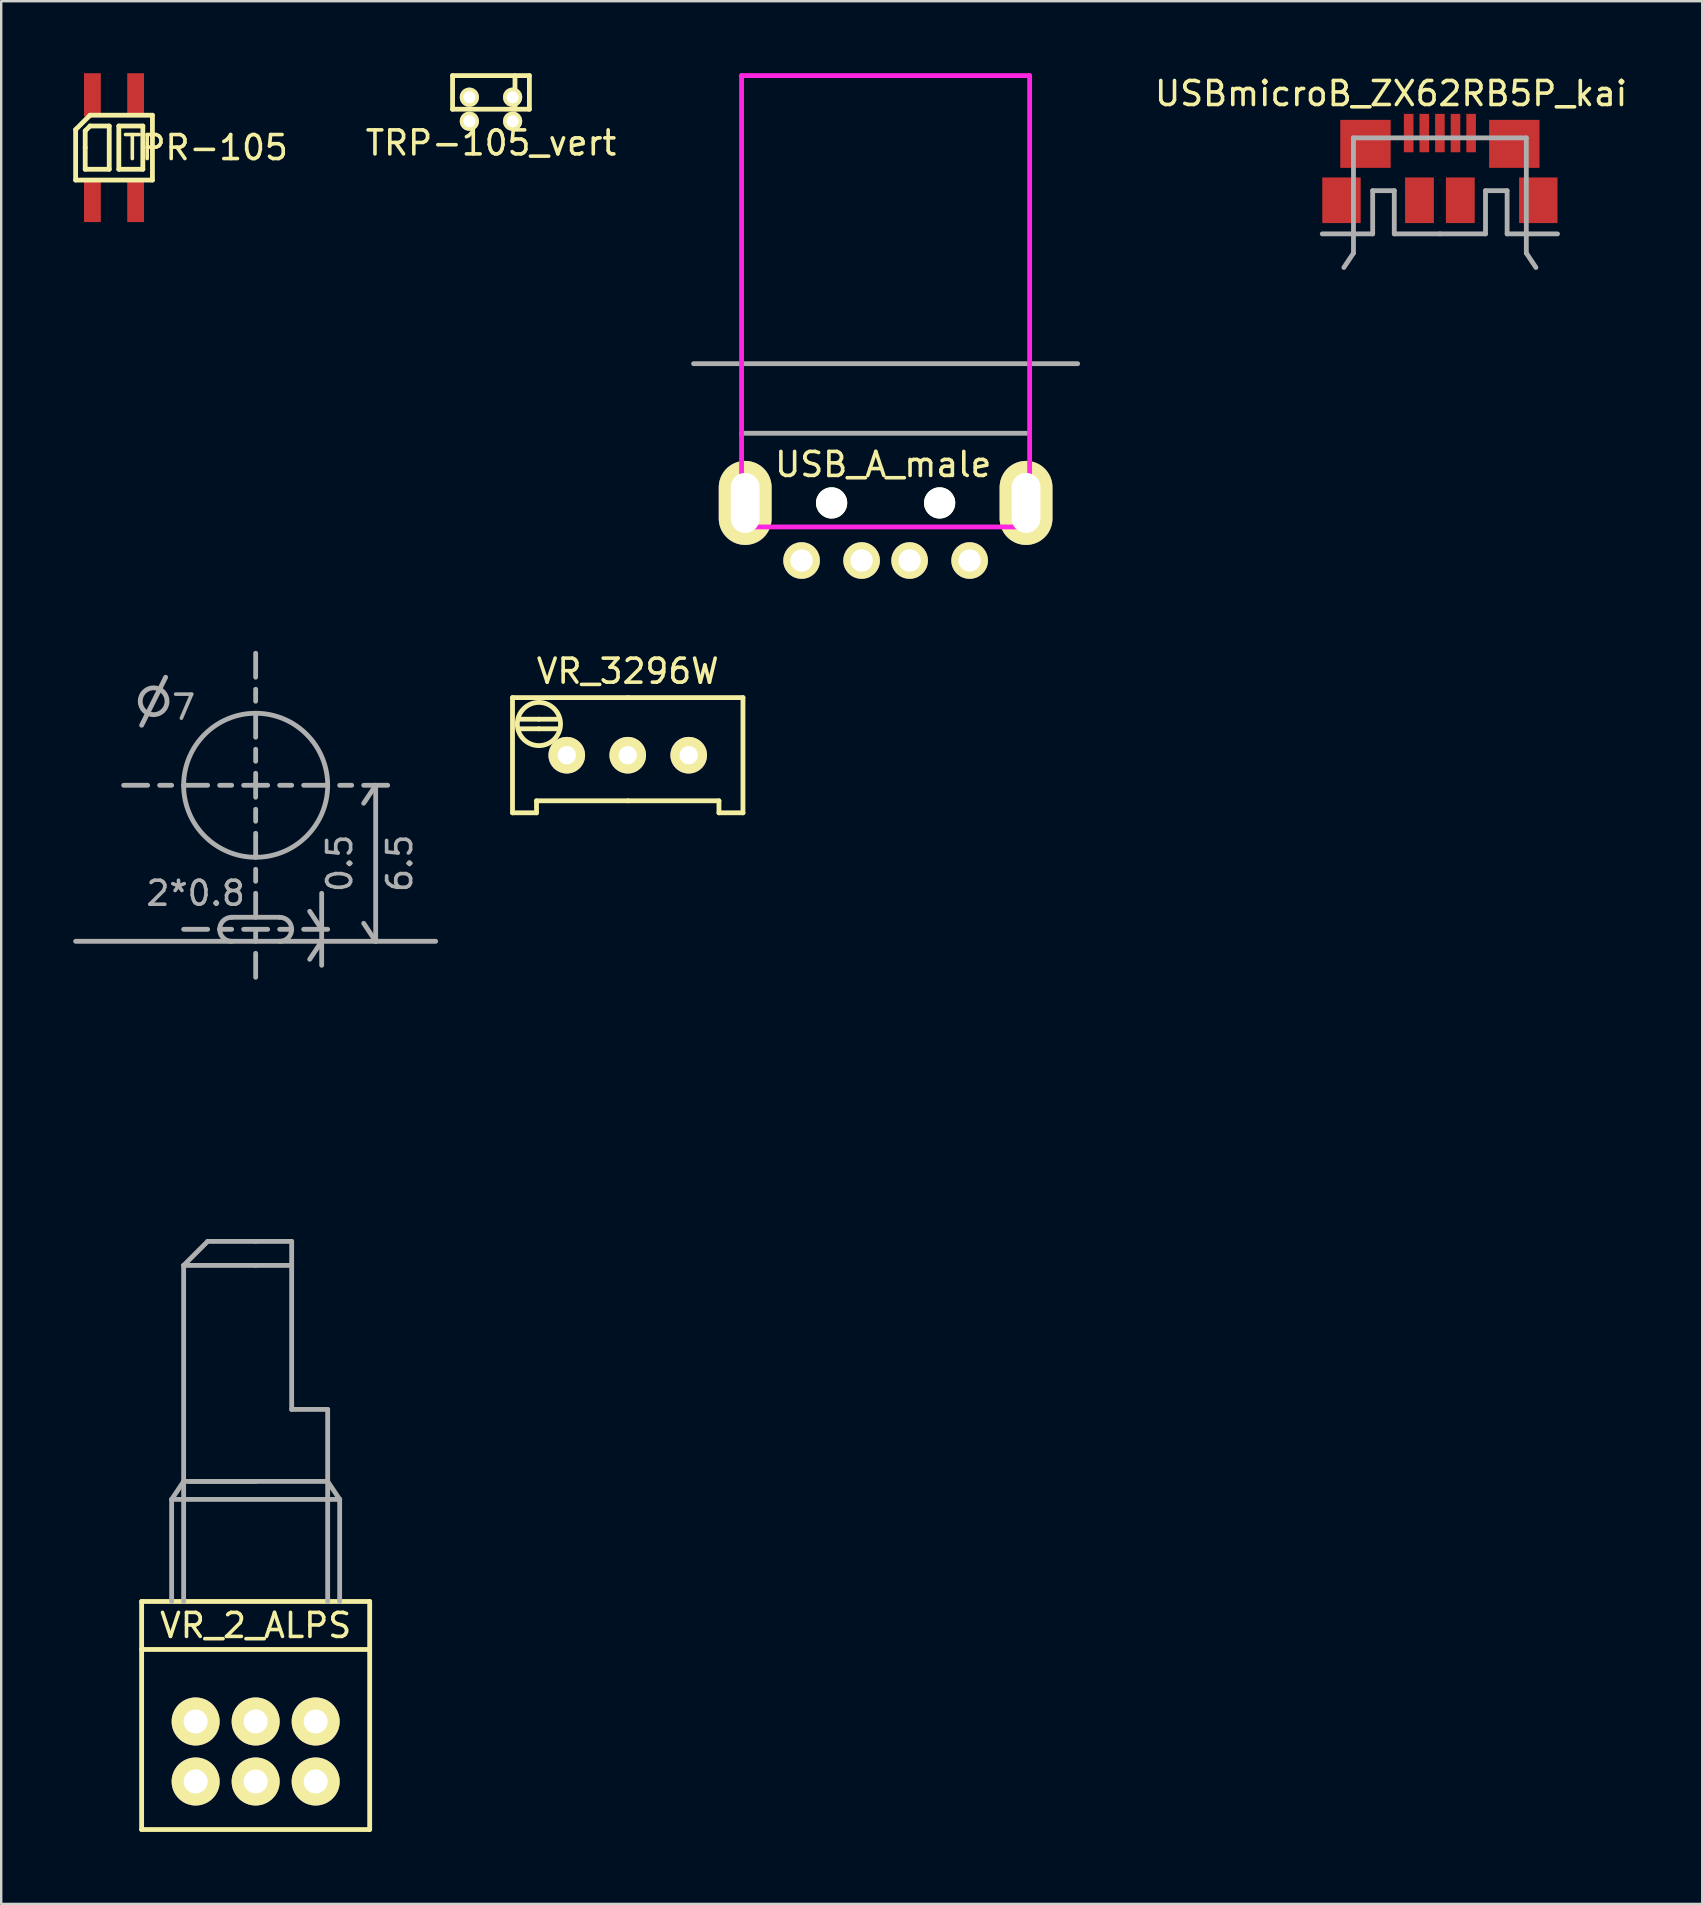
<source format=kicad_pcb>
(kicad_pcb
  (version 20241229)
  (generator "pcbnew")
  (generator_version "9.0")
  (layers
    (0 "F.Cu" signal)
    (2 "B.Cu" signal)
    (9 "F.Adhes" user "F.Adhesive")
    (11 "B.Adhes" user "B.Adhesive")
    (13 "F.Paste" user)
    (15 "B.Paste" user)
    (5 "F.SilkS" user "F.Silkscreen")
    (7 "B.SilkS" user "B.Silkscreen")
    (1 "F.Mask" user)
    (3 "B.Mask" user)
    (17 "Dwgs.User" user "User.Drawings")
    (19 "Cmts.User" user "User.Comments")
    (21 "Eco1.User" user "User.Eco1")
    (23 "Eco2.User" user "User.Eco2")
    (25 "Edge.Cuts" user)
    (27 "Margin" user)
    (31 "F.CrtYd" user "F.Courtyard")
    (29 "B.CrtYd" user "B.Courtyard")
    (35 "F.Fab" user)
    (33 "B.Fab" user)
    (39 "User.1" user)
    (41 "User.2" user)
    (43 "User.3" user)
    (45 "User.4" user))
  (footprint "TRP-105_vert"
    (layer "F.Cu")
    (at 17.403 1)
    (property "Reference" "TRP-105_vert" (at 0 1.905 0) (layer "F.SilkS") (effects (font (size 1 1) (thickness 0.15))))
    (attr through_hole)
    (fp_line (start -1.6 -0.9) (end -1.6 0.5) (stroke (width 0.2) (type solid)) (layer "F.SilkS"))
    (fp_line (start -1.6 0.5) (end 1.6 0.5) (stroke (width 0.2) (type solid)) (layer "F.SilkS"))
    (fp_line (start 1 -0.9) (end 1 0.5) (stroke (width 0.2) (type solid)) (layer "F.SilkS"))
    (fp_line (start 1.6 -0.9) (end -1.6 -0.9) (stroke (width 0.2) (type solid)) (layer "F.SilkS"))
    (fp_line (start 1.6 -0.9) (end 1.6 0.5) (stroke (width 0.2) (type solid)) (layer "F.SilkS"))
    (pad "1" thru_hole circle (at 0.9 1) (size 0.8 0.8) (drill 0.5) (layers "*.Cu" "*.Mask" "F.SilkS"))
    (pad "2" thru_hole circle (at 0.9 0) (size 0.8 0.8) (drill 0.5) (layers "*.Cu" "*.Mask" "F.SilkS"))
    (pad "3" thru_hole circle (at -0.9 1) (size 0.8 0.8) (drill 0.5) (layers "*.Cu" "*.Mask" "F.SilkS"))
    (pad "4" thru_hole circle (at -0.9 0) (size 0.8 0.8) (drill 0.5) (layers "*.Cu" "*.Mask" "F.SilkS")))
  (footprint "USB_A_male"
    (layer "F.Cu")
    (at 33.842 20.3)
    (property "Reference" "USB_A_male" (at -0.1 -4 0) (layer "F.SilkS") (effects (font (size 1 1) (thickness 0.15))))
    (attr through_hole)
    (fp_line (start -6 -20.2) (end 6 -20.2) (stroke (width 0.2) (type solid)) (layer "F.CrtYd"))
    (fp_line (start -6 -1.4) (end -6 -20.2) (stroke (width 0.2) (type solid)) (layer "F.CrtYd"))
    (fp_line (start -6 -1.4) (end 6 -1.4) (stroke (width 0.2) (type solid)) (layer "F.CrtYd"))
    (fp_line (start 6 -20.2) (end 6 -1.4) (stroke (width 0.2) (type solid)) (layer "F.CrtYd"))
    (fp_line (start -6 -8.2) (end -8 -8.2) (stroke (width 0.2) (type solid)) (layer "F.Fab"))
    (fp_line (start -6 -8.2) (end 6 -8.2) (stroke (width 0.2) (type solid)) (layer "F.Fab"))
    (fp_line (start -6 -5.3) (end 6 -5.3) (stroke (width 0.2) (type solid)) (layer "F.Fab"))
    (fp_line (start 6 -8.2) (end 8 -8.2) (stroke (width 0.2) (type solid)) (layer "F.Fab"))
    (pad "" np_thru_hole circle (at -2.25 -2.4) (size 1.3 1.3) (drill 1.3) (layers "*.Cu" "*.Mask" "F.SilkS"))
    (pad "" np_thru_hole circle (at 2.25 -2.4) (size 1.3 1.3) (drill 1.3) (layers "*.Cu" "*.Mask" "F.SilkS"))
    (pad "1" thru_hole circle (at -3.5 0) (size 1.524 1.524) (drill 0.93) (layers "*.Cu" "*.Mask" "F.SilkS"))
    (pad "2" thru_hole circle (at -1 0) (size 1.524 1.524) (drill 0.93) (layers "*.Cu" "*.Mask" "F.SilkS"))
    (pad "3" thru_hole circle (at 1 0) (size 1.524 1.524) (drill 0.93) (layers "*.Cu" "*.Mask" "F.SilkS"))
    (pad "4" thru_hole circle (at 3.5 0) (size 1.524 1.524) (drill 0.93) (layers "*.Cu" "*.Mask" "F.SilkS"))
    (pad "5" thru_hole oval (at -5.85 -2.4) (size 2.2 3.5) (drill oval 1.2 2.5) (layers "*.Cu" "*.Mask" "F.SilkS"))
    (pad "5" thru_hole oval (at 5.85 -2.4) (size 2.2 3.5) (drill oval 1.2 2.5) (layers "*.Cu" "*.Mask" "F.SilkS")))
  (footprint "USBmicroB_ZX62RB5P_kai"
    (layer "F.Cu")
    (at 56.932 5.293)
    (property "Reference" "USBmicroB_ZX62RB5P_kai" (at -2.032 -4.445 0) (layer "F.SilkS") (effects (font (size 1 1) (thickness 0.15))))
    (attr through_hole)
    (fp_line (start -4 2.8) (end -3.6 2.2) (stroke (width 0.2) (type solid)) (layer "F.Fab"))
    (fp_line (start -3.6 -2.6) (end 3.6 -2.6) (stroke (width 0.2) (type solid)) (layer "F.Fab"))
    (fp_line (start -3.6 2.2) (end -3.6 -2.6) (stroke (width 0.2) (type solid)) (layer "F.Fab"))
    (fp_line (start -2.8 -0.4) (end -2.8 1.4) (stroke (width 0.2) (type solid)) (layer "F.Fab"))
    (fp_line (start -2.8 1.4) (end -4.9 1.4) (stroke (width 0.2) (type solid)) (layer "F.Fab"))
    (fp_line (start -1.9 -0.4) (end -2.8 -0.4) (stroke (width 0.2) (type solid)) (layer "F.Fab"))
    (fp_line (start -1.9 1.4) (end -1.9 -0.4) (stroke (width 0.2) (type solid)) (layer "F.Fab"))
    (fp_line (start 0 1.4) (end -1.9 1.4) (stroke (width 0.2) (type solid)) (layer "F.Fab"))
    (fp_line (start 1.9 -0.4) (end 1.9 1.4) (stroke (width 0.2) (type solid)) (layer "F.Fab"))
    (fp_line (start 1.9 1.4) (end 0 1.4) (stroke (width 0.2) (type solid)) (layer "F.Fab"))
    (fp_line (start 2.8 -0.4) (end 1.9 -0.4) (stroke (width 0.2) (type solid)) (layer "F.Fab"))
    (fp_line (start 2.8 1.4) (end 2.8 -0.4) (stroke (width 0.2) (type solid)) (layer "F.Fab"))
    (fp_line (start 3.6 -2.6) (end 3.6 2.2) (stroke (width 0.2) (type solid)) (layer "F.Fab"))
    (fp_line (start 3.6 2.2) (end 4 2.8) (stroke (width 0.2) (type solid)) (layer "F.Fab"))
    (fp_line (start 4.9 1.4) (end 2.8 1.4) (stroke (width 0.2) (type solid)) (layer "F.Fab"))
    (pad "" smd rect (at -4.1 0) (size 1.6 1.9) (layers "F.Cu" "F.Mask" "F.Paste"))
    (pad "" smd rect (at -0.85 0) (size 1.2 1.9) (layers "F.Cu" "F.Mask" "F.Paste"))
    (pad "" smd rect (at 0.85 0) (size 1.2 1.9) (layers "F.Cu" "F.Mask" "F.Paste"))
    (pad "" smd rect (at 4.1 0) (size 1.6 1.9) (layers "F.Cu" "F.Mask" "F.Paste"))
    (pad "1" smd rect (at 1.3 -2.8) (size 0.4 1.6) (layers "F.Cu" "F.Mask" "F.Paste"))
    (pad "2" smd rect (at 0.65 -2.8) (size 0.4 1.6) (layers "F.Cu" "F.Mask" "F.Paste"))
    (pad "3" smd rect (at 0 -2.8) (size 0.4 1.6) (layers "F.Cu" "F.Mask" "F.Paste"))
    (pad "4" smd rect (at -0.65 -2.8) (size 0.4 1.6) (layers "F.Cu" "F.Mask" "F.Paste"))
    (pad "5" smd rect (at -1.3 -2.8) (size 0.4 1.6) (layers "F.Cu" "F.Mask" "F.Paste"))
    (pad "6" smd rect (at -3.1 -2.35) (size 2.1 2) (layers "F.Cu" "F.Mask" "F.Paste"))
    (pad "6" smd rect (at 3.1 -2.35) (size 2.1 2) (layers "F.Cu" "F.Mask" "F.Paste")))
  (footprint "VR_2_ALPS"
    (layer "F.Cu")
    (at 7.6 63.662)
    (property "Reference" "VR_2_ALPS" (at 0 1 0) (layer "F.SilkS") (effects (font (size 1 1) (thickness 0.15))))
    (attr through_hole)
    (fp_line (start -4.75 0) (end 4.75 0) (stroke (width 0.2) (type solid)) (layer "F.SilkS"))
    (fp_line (start -4.75 2) (end 4.75 2) (stroke (width 0.2) (type solid)) (layer "F.SilkS"))
    (fp_line (start -4.75 9.5) (end -4.75 0) (stroke (width 0.2) (type solid)) (layer "F.SilkS"))
    (fp_line (start 4.75 0) (end 4.75 9.5) (stroke (width 0.2) (type solid)) (layer "F.SilkS"))
    (fp_line (start 4.75 9.5) (end -4.75 9.5) (stroke (width 0.2) (type solid)) (layer "F.SilkS"))
    (fp_line (start -7.5 -27.5) (end 7.5 -27.5) (stroke (width 0.2) (type solid)) (layer "F.Fab"))
    (fp_line (start -4.5 -34) (end -5.5 -34) (stroke (width 0.2) (type solid)) (layer "F.Fab"))
    (fp_line (start -3.75 -38.5) (end -4.75 -36.5) (stroke (width 0.2) (type solid)) (layer "F.Fab"))
    (fp_line (start -3.5 -34) (end -4 -34) (stroke (width 0.2) (type solid)) (layer "F.Fab"))
    (fp_line (start -3.5 -4.25) (end -3 -5) (stroke (width 0.2) (type solid)) (layer "F.Fab"))
    (fp_line (start -3.5 0) (end -3.5 -4.25) (stroke (width 0.2) (type solid)) (layer "F.Fab"))
    (fp_line (start -3 -14) (end -2 -15) (stroke (width 0.2) (type solid)) (layer "F.Fab"))
    (fp_line (start -3 -14) (end 0 -14) (stroke (width 0.2) (type solid)) (layer "F.Fab"))
    (fp_line (start -3 -5) (end -3 -14) (stroke (width 0.2) (type solid)) (layer "F.Fab"))
    (fp_line (start -3 -5) (end -3 0) (stroke (width 0.2) (type solid)) (layer "F.Fab"))
    (fp_line (start -3 -5) (end 3 -5) (stroke (width 0.2) (type solid)) (layer "F.Fab"))
    (fp_line (start -2.75 -5) (end 0 -5) (stroke (width 0.2) (type solid)) (layer "F.Fab"))
    (fp_line (start -2 -34) (end -3 -34) (stroke (width 0.2) (type solid)) (layer "F.Fab"))
    (fp_line (start -2 -28) (end -3 -28) (stroke (width 0.2) (type solid)) (layer "F.Fab"))
    (fp_line (start -2 -15) (end 0 -15) (stroke (width 0.2) (type solid)) (layer "F.Fab"))
    (fp_line (start -1 -34) (end -1.5 -34) (stroke (width 0.2) (type solid)) (layer "F.Fab"))
    (fp_line (start -1 -28.5) (end 1 -28.5) (stroke (width 0.2) (type solid)) (layer "F.Fab"))
    (fp_line (start -1 -28) (end -1.5 -28) (stroke (width 0.2) (type solid)) (layer "F.Fab"))
    (fp_line (start -0.5 -34) (end 0.5 -34) (stroke (width 0.2) (type solid)) (layer "F.Fab"))
    (fp_line (start -0.5 -28) (end 0.5 -28) (stroke (width 0.2) (type solid)) (layer "F.Fab"))
    (fp_line (start 0 -38.5) (end 0 -39.5) (stroke (width 0.2) (type solid)) (layer "F.Fab"))
    (fp_line (start 0 -37.5) (end 0 -38) (stroke (width 0.2) (type solid)) (layer "F.Fab"))
    (fp_line (start 0 -36) (end 0 -37) (stroke (width 0.2) (type solid)) (layer "F.Fab"))
    (fp_line (start 0 -35) (end 0 -35.5) (stroke (width 0.2) (type solid)) (layer "F.Fab"))
    (fp_line (start 0 -33.5) (end 0 -34.5) (stroke (width 0.2) (type solid)) (layer "F.Fab"))
    (fp_line (start 0 -33) (end 0 -32.5) (stroke (width 0.2) (type solid)) (layer "F.Fab"))
    (fp_line (start 0 -32) (end 0 -31) (stroke (width 0.2) (type solid)) (layer "F.Fab"))
    (fp_line (start 0 -30.5) (end 0 -30) (stroke (width 0.2) (type solid)) (layer "F.Fab"))
    (fp_line (start 0 -29.5) (end 0 -28.5) (stroke (width 0.2) (type solid)) (layer "F.Fab"))
    (fp_line (start 0 -28) (end 0 -27.5) (stroke (width 0.2) (type solid)) (layer "F.Fab"))
    (fp_line (start 0 -27) (end 0 -26) (stroke (width 0.2) (type solid)) (layer "F.Fab"))
    (fp_line (start 0 -14) (end 1.5 -14) (stroke (width 0.2) (type solid)) (layer "F.Fab"))
    (fp_line (start 1 -34) (end 1.5 -34) (stroke (width 0.2) (type solid)) (layer "F.Fab"))
    (fp_line (start 1 -28) (end 1.5 -28) (stroke (width 0.2) (type solid)) (layer "F.Fab"))
    (fp_line (start 1.5 -15) (end 0 -15) (stroke (width 0.2) (type solid)) (layer "F.Fab"))
    (fp_line (start 1.5 -15) (end 1.5 -8) (stroke (width 0.2) (type solid)) (layer "F.Fab"))
    (fp_line (start 1.5 -8) (end 3 -8) (stroke (width 0.2) (type solid)) (layer "F.Fab"))
    (fp_line (start 2 -34) (end 3 -34) (stroke (width 0.2) (type solid)) (layer "F.Fab"))
    (fp_line (start 2 -28) (end 3 -28) (stroke (width 0.2) (type solid)) (layer "F.Fab"))
    (fp_line (start 2.75 -28) (end 2.25 -28.75) (stroke (width 0.2) (type solid)) (layer "F.Fab"))
    (fp_line (start 2.75 -27.5) (end 2.25 -26.75) (stroke (width 0.2) (type solid)) (layer "F.Fab"))
    (fp_line (start 2.75 -26.5) (end 2.75 -29.5) (stroke (width 0.2) (type solid)) (layer "F.Fab"))
    (fp_line (start 3 -8) (end 3 -5) (stroke (width 0.2) (type solid)) (layer "F.Fab"))
    (fp_line (start 3 -5) (end 3 0) (stroke (width 0.2) (type solid)) (layer "F.Fab"))
    (fp_line (start 3 -5) (end 3.5 -4.25) (stroke (width 0.2) (type solid)) (layer "F.Fab"))
    (fp_line (start 3.5 -34) (end 4 -34) (stroke (width 0.2) (type solid)) (layer "F.Fab"))
    (fp_line (start 3.5 -4.25) (end -3.5 -4.25) (stroke (width 0.2) (type solid)) (layer "F.Fab"))
    (fp_line (start 3.5 0) (end 3.5 -4.25) (stroke (width 0.2) (type solid)) (layer "F.Fab"))
    (fp_line (start 4.5 -34) (end 5.5 -34) (stroke (width 0.2) (type solid)) (layer "F.Fab"))
    (fp_line (start 5 -34) (end 4.5 -33.25) (stroke (width 0.2) (type solid)) (layer "F.Fab"))
    (fp_line (start 5 -34) (end 5 -27.5) (stroke (width 0.2) (type solid)) (layer "F.Fab"))
    (fp_line (start 5 -27.5) (end 4.5 -28.25) (stroke (width 0.2) (type solid)) (layer "F.Fab"))
    (fp_arc (start -1.5 -28) (mid -1.353553 -28.353553) (end -1 -28.5) (stroke (width 0.2) (type solid)) (layer "F.Fab"))
    (fp_arc (start -1 -27.5) (mid -1.353553 -27.646447) (end -1.5 -28) (stroke (width 0.2) (type solid)) (layer "F.Fab"))
    (fp_arc (start 1 -28.5) (mid 1.353553 -28.353553) (end 1.5 -28) (stroke (width 0.2) (type solid)) (layer "F.Fab"))
    (fp_arc (start 1.5 -28) (mid 1.353553 -27.646447) (end 1 -27.5) (stroke (width 0.2) (type solid)) (layer "F.Fab"))
    (fp_circle (center -4.25 -37.5) (end -3.75 -37.25) (stroke (width 0.2) (type solid)) (fill no) (layer "F.Fab"))
    (fp_circle (center 0 -34) (end 0 -31) (stroke (width 0.2) (type solid)) (fill no) (layer "F.Fab"))
    (fp_text user "0.5" (at 3.5 -30.75 90) (layer "F.Fab") (effects (font (size 1 1) (thickness 0.15))))
    (fp_text user "7" (at -3 -37.25 0) (layer "F.Fab") (effects (font (size 1 1) (thickness 0.15))))
    (fp_text user "2*0.8" (at -2.5 -29.5 0) (layer "F.Fab") (effects (font (size 1 1) (thickness 0.15))))
    (fp_text user "6.5" (at 6 -30.75 90) (layer "F.Fab") (effects (font (size 1 1) (thickness 0.15))))
    (pad "1" thru_hole circle (at -2.5 5) (size 2 2) (drill 1) (layers "*.Cu" "*.Mask" "F.SilkS"))
    (pad "2" thru_hole circle (at 0 5) (size 2 2) (drill 1) (layers "*.Cu" "*.Mask" "F.SilkS"))
    (pad "3" thru_hole circle (at 2.5 5) (size 2 2) (drill 1) (layers "*.Cu" "*.Mask" "F.SilkS"))
    (pad "4" thru_hole circle (at -2.5 7.5) (size 2 2) (drill 1) (layers "*.Cu" "*.Mask" "F.SilkS"))
    (pad "5" thru_hole circle (at 0 7.5) (size 2 2) (drill 1) (layers "*.Cu" "*.Mask" "F.SilkS"))
    (pad "6" thru_hole circle (at 2.5 7.5) (size 2 2) (drill 1) (layers "*.Cu" "*.Mask" "F.SilkS")))
  (footprint "VR_3296W"
    (layer "F.Cu")
    (at 23.1 28.41)
    (property "Reference" "VR_3296W" (at 0 -3.5 0) (layer "F.SilkS") (effects (font (size 1 1) (thickness 0.15))))
    (attr through_hole)
    (fp_line (start -4.8 -2.4) (end -4.8 2.4) (stroke (width 0.2) (type solid)) (layer "F.SilkS"))
    (fp_line (start -4.8 2.4) (end -3.8 2.4) (stroke (width 0.2) (type solid)) (layer "F.SilkS"))
    (fp_line (start -3.8 1.9) (end 0 1.9) (stroke (width 0.2) (type solid)) (layer "F.SilkS"))
    (fp_line (start -3.8 2.4) (end -3.8 1.9) (stroke (width 0.2) (type solid)) (layer "F.SilkS"))
    (fp_line (start -3.7 -1.5) (end -4.5 -1.5) (stroke (width 0.2) (type solid)) (layer "F.SilkS"))
    (fp_line (start -3.7 -1.5) (end -2.9 -1.5) (stroke (width 0.2) (type solid)) (layer "F.SilkS"))
    (fp_line (start -3.7 -1.1) (end -4.5 -1.1) (stroke (width 0.2) (type solid)) (layer "F.SilkS"))
    (fp_line (start -3.7 -1.1) (end -2.9 -1.1) (stroke (width 0.2) (type solid)) (layer "F.SilkS"))
    (fp_line (start 0 -2.4) (end -4.8 -2.4) (stroke (width 0.2) (type solid)) (layer "F.SilkS"))
    (fp_line (start 0 -2.4) (end 4.8 -2.4) (stroke (width 0.2) (type solid)) (layer "F.SilkS"))
    (fp_line (start 3.8 1.9) (end 0 1.9) (stroke (width 0.2) (type solid)) (layer "F.SilkS"))
    (fp_line (start 3.8 2.4) (end 3.8 1.9) (stroke (width 0.2) (type solid)) (layer "F.SilkS"))
    (fp_line (start 4.8 -2.4) (end 4.8 2.4) (stroke (width 0.2) (type solid)) (layer "F.SilkS"))
    (fp_line (start 4.8 2.4) (end 3.8 2.4) (stroke (width 0.2) (type solid)) (layer "F.SilkS"))
    (fp_circle (center -3.7 -1.3) (end -3.7 -2.2) (stroke (width 0.2) (type solid)) (fill no) (layer "F.SilkS"))
    (pad "1" thru_hole circle (at -2.54 0) (size 1.524 1.524) (drill 0.762) (layers "*.Cu" "*.Mask" "F.SilkS"))
    (pad "2" thru_hole circle (at 0 0) (size 1.524 1.524) (drill 0.762) (layers "*.Cu" "*.Mask" "F.SilkS"))
    (pad "3" thru_hole circle (at 2.54 0) (size 1.524 1.524) (drill 0.762) (layers "*.Cu" "*.Mask" "F.SilkS")))
  (footprint "TPR-105"
    (layer "F.Cu")
    (at 1.7 3.1)
    (property "Reference" "TPR-105" (at 3.81 0 0) (layer "F.SilkS") (effects (font (size 1 1) (thickness 0.15))))
    (attr through_hole)
    (fp_line (start -1.6 -0.75) (end -1.6 1.35) (stroke (width 0.2) (type solid)) (layer "F.SilkS"))
    (fp_line (start -1.6 1.35) (end 1.6 1.35) (stroke (width 0.2) (type solid)) (layer "F.SilkS"))
    (fp_line (start -1.2 -0.7) (end -1 -0.9) (stroke (width 0.2) (type solid)) (layer "F.SilkS"))
    (fp_line (start -1.2 0) (end -1.2 -0.7) (stroke (width 0.2) (type solid)) (layer "F.SilkS"))
    (fp_line (start -1.2 0.9) (end -1.2 0) (stroke (width 0.2) (type solid)) (layer "F.SilkS"))
    (fp_line (start -1 -1.35) (end -1.6 -0.75) (stroke (width 0.2) (type solid)) (layer "F.SilkS"))
    (fp_line (start -1 -0.9) (end -0.2 -0.9) (stroke (width 0.2) (type solid)) (layer "F.SilkS"))
    (fp_line (start -0.2 -0.9) (end -0.2 0.9) (stroke (width 0.2) (type solid)) (layer "F.SilkS"))
    (fp_line (start -0.2 0.9) (end -1.2 0.9) (stroke (width 0.2) (type solid)) (layer "F.SilkS"))
    (fp_line (start 0.2 -0.9) (end 0.2 0.9) (stroke (width 0.2) (type solid)) (layer "F.SilkS"))
    (fp_line (start 0.2 0.9) (end 1.2 0.9) (stroke (width 0.2) (type solid)) (layer "F.SilkS"))
    (fp_line (start 1.2 -0.9) (end 0.2 -0.9) (stroke (width 0.2) (type solid)) (layer "F.SilkS"))
    (fp_line (start 1.2 0.9) (end 1.2 -0.9) (stroke (width 0.2) (type solid)) (layer "F.SilkS"))
    (fp_line (start 1.6 -1.35) (end -1 -1.35) (stroke (width 0.2) (type solid)) (layer "F.SilkS"))
    (fp_line (start 1.6 -0.05) (end 1.6 -1.35) (stroke (width 0.2) (type solid)) (layer "F.SilkS"))
    (fp_line (start 1.6 1.35) (end 1.6 0) (stroke (width 0.2) (type solid)) (layer "F.SilkS"))
    (pad "1" smd rect (at -0.9 -2.2) (size 0.7 1.8) (layers "F.Cu" "F.Mask" "F.Paste"))
    (pad "2" smd rect (at -0.9 2.2) (size 0.7 1.8) (layers "F.Cu" "F.Mask" "F.Paste"))
    (pad "3" smd rect (at 0.9 -2.2) (size 0.7 1.8) (layers "F.Cu" "F.Mask" "F.Paste"))
    (pad "4" smd rect (at 0.9 2.2) (size 0.7 1.8) (layers "F.Cu" "F.Mask" "F.Paste")))
  (gr_rect
    (start -3 -3)
    (end 67.859 76.262)
    (stroke (width 0.1) (type default))
    (fill no)
    (layer "Edge.Cuts")))
</source>
